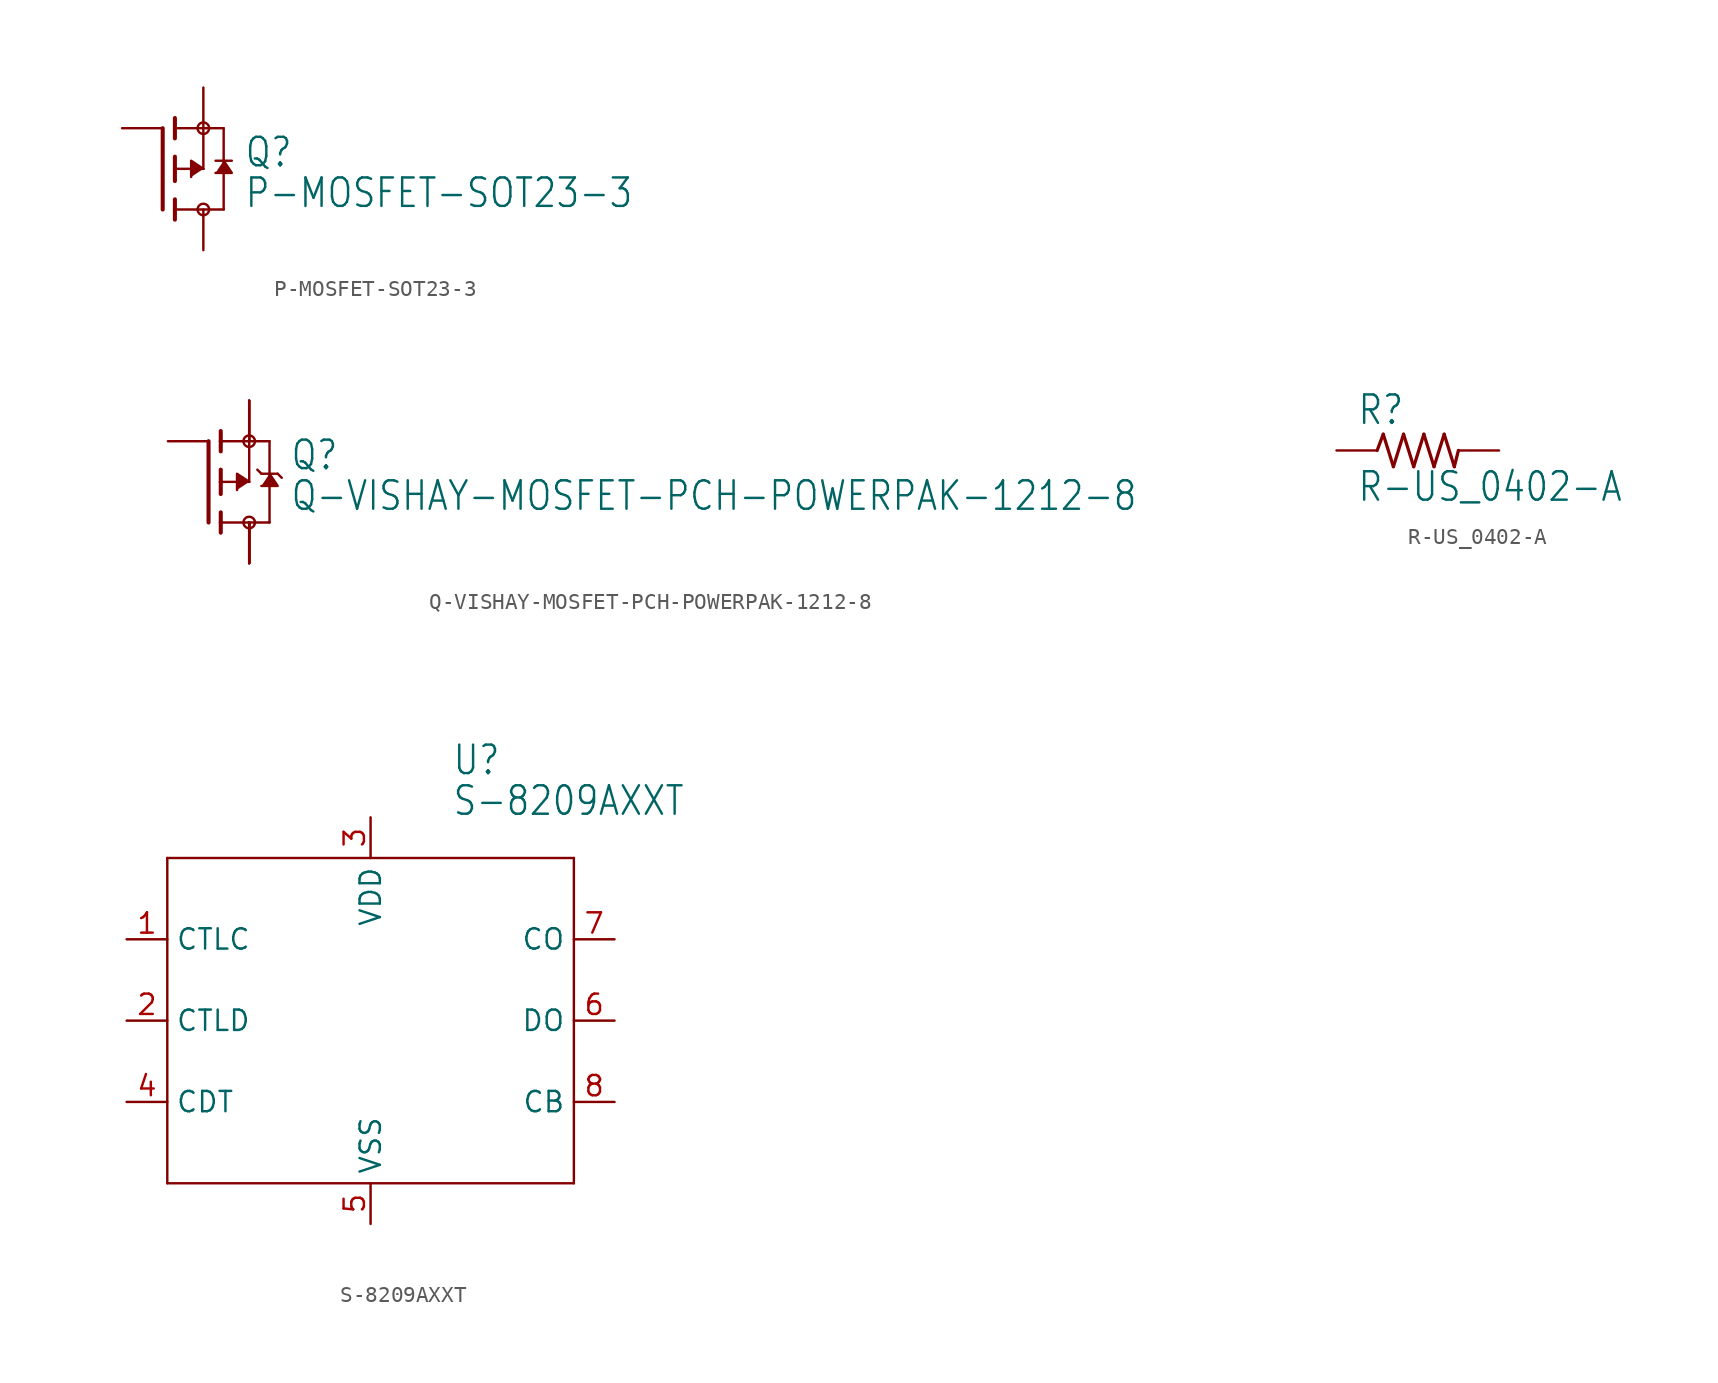
<source format=kicad_sym>
(kicad_symbol_lib
  (version 20211014)
  (generator kicad_symbol_editor)
  (symbol "P-MOSFET-SOT23-3"
    (property "Reference" "Q"
      (at 5.08 0 0)
      (effects (font (size 1.778 1.511)) (justify left bottom)))
    (property "Value" "P-MOSFET-SOT23-3"
      (at 5.08 -2.54 0)
      (effects (font (size 1.778 1.511)) (justify left bottom)))
    (property "ki_locked" ""
      (at 0 0 0)
      (effects (font (size 1.27 1.27))))
    (symbol "P-MOSFET-SOT23-3_1_0"
      (polyline (pts (xy 0 -2.54) (xy 0 2.54)) (stroke (width 0.254) (type default) (color 0 0 0 0)) (fill (type none)))
      (polyline (pts (xy 0.762 -3.175) (xy 0.762 -2.54)) (stroke (width 0.254) (type default) (color 0 0 0 0)) (fill (type none)))
      (polyline (pts (xy 0.762 -2.54) (xy 0.762 -1.905)) (stroke (width 0.254) (type default) (color 0 0 0 0)) (fill (type none)))
      (polyline (pts (xy 0.762 -2.54) (xy 3.81 -2.54)) (stroke (width 0.152) (type default) (color 0 0 0 0)) (fill (type none)))
      (polyline (pts (xy 0.762 -0.762) (xy 0.762 0)) (stroke (width 0.254) (type default) (color 0 0 0 0)) (fill (type none)))
      (polyline (pts (xy 0.762 0) (xy 0.762 0.762)) (stroke (width 0.254) (type default) (color 0 0 0 0)) (fill (type none)))
      (polyline (pts (xy 0.762 0) (xy 2.54 0)) (stroke (width 0.152) (type default) (color 0 0 0 0)) (fill (type none)))
      (polyline (pts (xy 0.762 1.905) (xy 0.762 2.54)) (stroke (width 0.254) (type default) (color 0 0 0 0)) (fill (type none)))
      (polyline (pts (xy 0.762 2.54) (xy 0.762 3.175)) (stroke (width 0.254) (type default) (color 0 0 0 0)) (fill (type none)))
      (polyline (pts (xy 2.54 0) (xy 2.54 2.54)) (stroke (width 0.152) (type default) (color 0 0 0 0)) (fill (type none)))
      (polyline (pts (xy 2.54 2.54) (xy 0.762 2.54)) (stroke (width 0.152) (type default) (color 0 0 0 0)) (fill (type none)))
      (polyline (pts (xy 2.54 2.54) (xy 3.81 2.54)) (stroke (width 0.152) (type default) (color 0 0 0 0)) (fill (type none)))
      (polyline (pts (xy 3.302 0.508) (xy 3.81 0.508)) (stroke (width 0.152) (type default) (color 0 0 0 0)) (fill (type none)))
      (polyline (pts (xy 3.81 -2.54) (xy 3.81 0.508)) (stroke (width 0.152) (type default) (color 0 0 0 0)) (fill (type none)))
      (polyline (pts (xy 3.81 0.508) (xy 3.81 2.54)) (stroke (width 0.152) (type default) (color 0 0 0 0)) (fill (type none)))
      (polyline (pts (xy 3.81 0.508) (xy 4.318 0.508)) (stroke (width 0.152) (type default) (color 0 0 0 0)) (fill (type none)))
      (polyline (pts (xy 2.54 0) (xy 1.778 0.508) (xy 1.778 -0.508)) (stroke (width 0) (type default) (color 0 0 0 0)) (fill (type outline)))
      (polyline (pts (xy 3.81 0.508) (xy 4.318 -0.254) (xy 3.302 -0.254)) (stroke (width 0) (type default) (color 0 0 0 0)) (fill (type outline)))
      (circle (center 2.54 -2.54) (radius 0.359) (stroke (width 0) (type default) (color 0 0 0 0)) (fill (type none)))
      (circle (center 2.54 2.54) (radius 0.359) (stroke (width 0) (type default) (color 0 0 0 0)) (fill (type none)))
      (pin passive line (at -2.54 2.54 0) (length 2.54) (name "G" (effects (font (size 0 0)))) (number "1" (effects (font (size 0 0)))))
      (pin passive line (at 2.54 5.08 270) (length 2.54) (name "S" (effects (font (size 0 0)))) (number "2" (effects (font (size 0 0)))))
      (pin passive line (at 2.54 -5.08 90) (length 2.54) (name "D" (effects (font (size 0 0)))) (number "3" (effects (font (size 0 0)))))))
  (symbol "Q-VISHAY-MOSFET-PCH-POWERPAK-1212-8"
    (property "Reference" "Q"
      (at 5.08 0.635 0)
      (effects (font (size 1.778 1.511)) (justify left bottom)))
    (property "Value" "Q-VISHAY-MOSFET-PCH-POWERPAK-1212-8"
      (at 5.08 -1.905 0)
      (effects (font (size 1.778 1.511)) (justify left bottom)))
    (property "ki_locked" ""
      (at 0 0 0)
      (effects (font (size 1.27 1.27))))
    (symbol "Q-VISHAY-MOSFET-PCH-POWERPAK-1212-8_1_0"
      (polyline (pts (xy 0 -2.54) (xy 0 2.54)) (stroke (width 0.254) (type default) (color 0 0 0 0)) (fill (type none)))
      (polyline (pts (xy 0.762 -3.175) (xy 0.762 -2.54)) (stroke (width 0.254) (type default) (color 0 0 0 0)) (fill (type none)))
      (polyline (pts (xy 0.762 -2.54) (xy 0.762 -1.905)) (stroke (width 0.254) (type default) (color 0 0 0 0)) (fill (type none)))
      (polyline (pts (xy 0.762 -2.54) (xy 3.81 -2.54)) (stroke (width 0.152) (type default) (color 0 0 0 0)) (fill (type none)))
      (polyline (pts (xy 0.762 -0.762) (xy 0.762 0)) (stroke (width 0.254) (type default) (color 0 0 0 0)) (fill (type none)))
      (polyline (pts (xy 0.762 0) (xy 0.762 0.762)) (stroke (width 0.254) (type default) (color 0 0 0 0)) (fill (type none)))
      (polyline (pts (xy 0.762 0) (xy 2.54 0)) (stroke (width 0.152) (type default) (color 0 0 0 0)) (fill (type none)))
      (polyline (pts (xy 0.762 1.905) (xy 0.762 2.54)) (stroke (width 0.254) (type default) (color 0 0 0 0)) (fill (type none)))
      (polyline (pts (xy 0.762 2.54) (xy 0.762 3.175)) (stroke (width 0.254) (type default) (color 0 0 0 0)) (fill (type none)))
      (polyline (pts (xy 2.54 0) (xy 2.54 2.54)) (stroke (width 0.152) (type default) (color 0 0 0 0)) (fill (type none)))
      (polyline (pts (xy 2.54 2.54) (xy 0.762 2.54)) (stroke (width 0.152) (type default) (color 0 0 0 0)) (fill (type none)))
      (polyline (pts (xy 2.54 2.54) (xy 3.81 2.54)) (stroke (width 0.152) (type default) (color 0 0 0 0)) (fill (type none)))
      (polyline (pts (xy 3.048 0.762) (xy 3.302 0.508)) (stroke (width 0.152) (type default) (color 0 0 0 0)) (fill (type none)))
      (polyline (pts (xy 3.302 0.508) (xy 3.81 0.508)) (stroke (width 0.152) (type default) (color 0 0 0 0)) (fill (type none)))
      (polyline (pts (xy 3.81 -2.54) (xy 3.81 0.508)) (stroke (width 0.152) (type default) (color 0 0 0 0)) (fill (type none)))
      (polyline (pts (xy 3.81 0.508) (xy 3.81 2.54)) (stroke (width 0.152) (type default) (color 0 0 0 0)) (fill (type none)))
      (polyline (pts (xy 3.81 0.508) (xy 4.318 0.508)) (stroke (width 0.152) (type default) (color 0 0 0 0)) (fill (type none)))
      (polyline (pts (xy 4.318 0.508) (xy 4.572 0.254)) (stroke (width 0.152) (type default) (color 0 0 0 0)) (fill (type none)))
      (polyline (pts (xy 2.54 0) (xy 1.778 0.508) (xy 1.778 -0.508)) (stroke (width 0) (type default) (color 0 0 0 0)) (fill (type outline)))
      (polyline (pts (xy 3.81 0.508) (xy 4.318 -0.254) (xy 3.302 -0.254)) (stroke (width 0) (type default) (color 0 0 0 0)) (fill (type outline)))
      (circle (center 2.54 -2.54) (radius 0.359) (stroke (width 0) (type default) (color 0 0 0 0)) (fill (type none)))
      (circle (center 2.54 2.54) (radius 0.359) (stroke (width 0) (type default) (color 0 0 0 0)) (fill (type none)))
      (pin passive line (at 2.54 5.08 270) (length 2.54) (name "S" (effects (font (size 0 0)))) (number "1" (effects (font (size 0 0)))))
      (pin passive line (at 2.54 5.08 270) (length 2.54) (name "S" (effects (font (size 0 0)))) (number "2" (effects (font (size 0 0)))))
      (pin passive line (at 2.54 5.08 270) (length 2.54) (name "S" (effects (font (size 0 0)))) (number "3" (effects (font (size 0 0)))))
      (pin passive line (at -2.54 2.54 0) (length 2.54) (name "G" (effects (font (size 0 0)))) (number "4" (effects (font (size 0 0)))))
      (pin passive line (at 2.54 -5.08 90) (length 2.54) (name "D" (effects (font (size 0 0)))) (number "5" (effects (font (size 0 0)))))
      (pin passive line (at 2.54 -5.08 90) (length 2.54) (name "D" (effects (font (size 0 0)))) (number "6" (effects (font (size 0 0)))))
      (pin passive line (at 2.54 -5.08 90) (length 2.54) (name "D" (effects (font (size 0 0)))) (number "7" (effects (font (size 0 0)))))
      (pin passive line (at 2.54 -5.08 90) (length 2.54) (name "D" (effects (font (size 0 0)))) (number "8" (effects (font (size 0 0)))))
      (pin passive line (at 2.54 -5.08 90) (length 2.54) (name "D" (effects (font (size 0 0)))) (number "PAD" (effects (font (size 0 0)))))))
  (symbol "R-US_0402-A"
    (property "Reference" "R"
      (at -3.81 1.499 0)
      (effects (font (size 1.778 1.511)) (justify left bottom)))
    (property "Value" "R-US_0402-A"
      (at -3.81 -3.302 0)
      (effects (font (size 1.778 1.511)) (justify left bottom)))
    (property "ki_locked" ""
      (at 0 0 0)
      (effects (font (size 1.27 1.27))))
    (symbol "R-US_0402-A_1_0"
      (polyline (pts (xy -2.54 0) (xy -2.159 1.016)) (stroke (width 0.203) (type default) (color 0 0 0 0)) (fill (type none)))
      (polyline (pts (xy -2.159 1.016) (xy -1.524 -1.016)) (stroke (width 0.203) (type default) (color 0 0 0 0)) (fill (type none)))
      (polyline (pts (xy -1.524 -1.016) (xy -0.889 1.016)) (stroke (width 0.203) (type default) (color 0 0 0 0)) (fill (type none)))
      (polyline (pts (xy -0.889 1.016) (xy -0.254 -1.016)) (stroke (width 0.203) (type default) (color 0 0 0 0)) (fill (type none)))
      (polyline (pts (xy -0.254 -1.016) (xy 0.381 1.016)) (stroke (width 0.203) (type default) (color 0 0 0 0)) (fill (type none)))
      (polyline (pts (xy 0.381 1.016) (xy 1.016 -1.016)) (stroke (width 0.203) (type default) (color 0 0 0 0)) (fill (type none)))
      (polyline (pts (xy 1.016 -1.016) (xy 1.651 1.016)) (stroke (width 0.203) (type default) (color 0 0 0 0)) (fill (type none)))
      (polyline (pts (xy 1.651 1.016) (xy 2.286 -1.016)) (stroke (width 0.203) (type default) (color 0 0 0 0)) (fill (type none)))
      (polyline (pts (xy 2.286 -1.016) (xy 2.54 0)) (stroke (width 0.203) (type default) (color 0 0 0 0)) (fill (type none)))
      (pin passive line (at -5.08 0 0) (length 2.54) (name "1" (effects (font (size 0 0)))) (number "1" (effects (font (size 0 0)))))
      (pin passive line (at 5.08 0 180) (length 2.54) (name "2" (effects (font (size 0 0)))) (number "2" (effects (font (size 0 0)))))))
  (symbol "S-8209AXXT"
    (property "Reference" "U"
      (at 5.08 15.24 0)
      (effects (font (size 1.778 1.511)) (justify left bottom)))
    (property "Value" "S-8209AXXT"
      (at 5.08 12.7 0)
      (effects (font (size 1.778 1.511)) (justify left bottom)))
    (property "ki_locked" ""
      (at 0 0 0)
      (effects (font (size 1.27 1.27))))
    (symbol "S-8209AXXT_1_0"
      (polyline (pts (xy -12.7 -10.16) (xy 12.7 -10.16)) (stroke (width 0.152) (type default) (color 0 0 0 0)) (fill (type none)))
      (polyline (pts (xy -12.7 10.16) (xy -12.7 -10.16)) (stroke (width 0.152) (type default) (color 0 0 0 0)) (fill (type none)))
      (polyline (pts (xy 12.7 -10.16) (xy 12.7 10.16)) (stroke (width 0.152) (type default) (color 0 0 0 0)) (fill (type none)))
      (polyline (pts (xy 12.7 10.16) (xy -12.7 10.16)) (stroke (width 0.152) (type default) (color 0 0 0 0)) (fill (type none)))
      (pin passive line (at -15.24 5.08 0) (length 2.54) (name "CTLC" (effects (font (size 1.27 1.27)))) (number "1" (effects (font (size 1.27 1.27)))))
      (pin input line (at -15.24 0 0) (length 2.54) (name "CTLD" (effects (font (size 1.27 1.27)))) (number "2" (effects (font (size 1.27 1.27)))))
      (pin power_in line (at 0 12.7 270) (length 2.54) (name "VDD" (effects (font (size 1.27 1.27)))) (number "3" (effects (font (size 1.27 1.27)))))
      (pin passive line (at -15.24 -5.08 0) (length 2.54) (name "CDT" (effects (font (size 1.27 1.27)))) (number "4" (effects (font (size 1.27 1.27)))))
      (pin power_in line (at 0 -12.7 90) (length 2.54) (name "VSS" (effects (font (size 1.27 1.27)))) (number "5" (effects (font (size 1.27 1.27)))))
      (pin open_collector line (at 15.24 0 180) (length 2.54) (name "DO" (effects (font (size 1.27 1.27)))) (number "6" (effects (font (size 1.27 1.27)))))
      (pin open_collector line (at 15.24 5.08 180) (length 2.54) (name "CO" (effects (font (size 1.27 1.27)))) (number "7" (effects (font (size 1.27 1.27)))))
      (pin output line (at 15.24 -5.08 180) (length 2.54) (name "CB" (effects (font (size 1.27 1.27)))) (number "8" (effects (font (size 1.27 1.27))))))))
</source>
